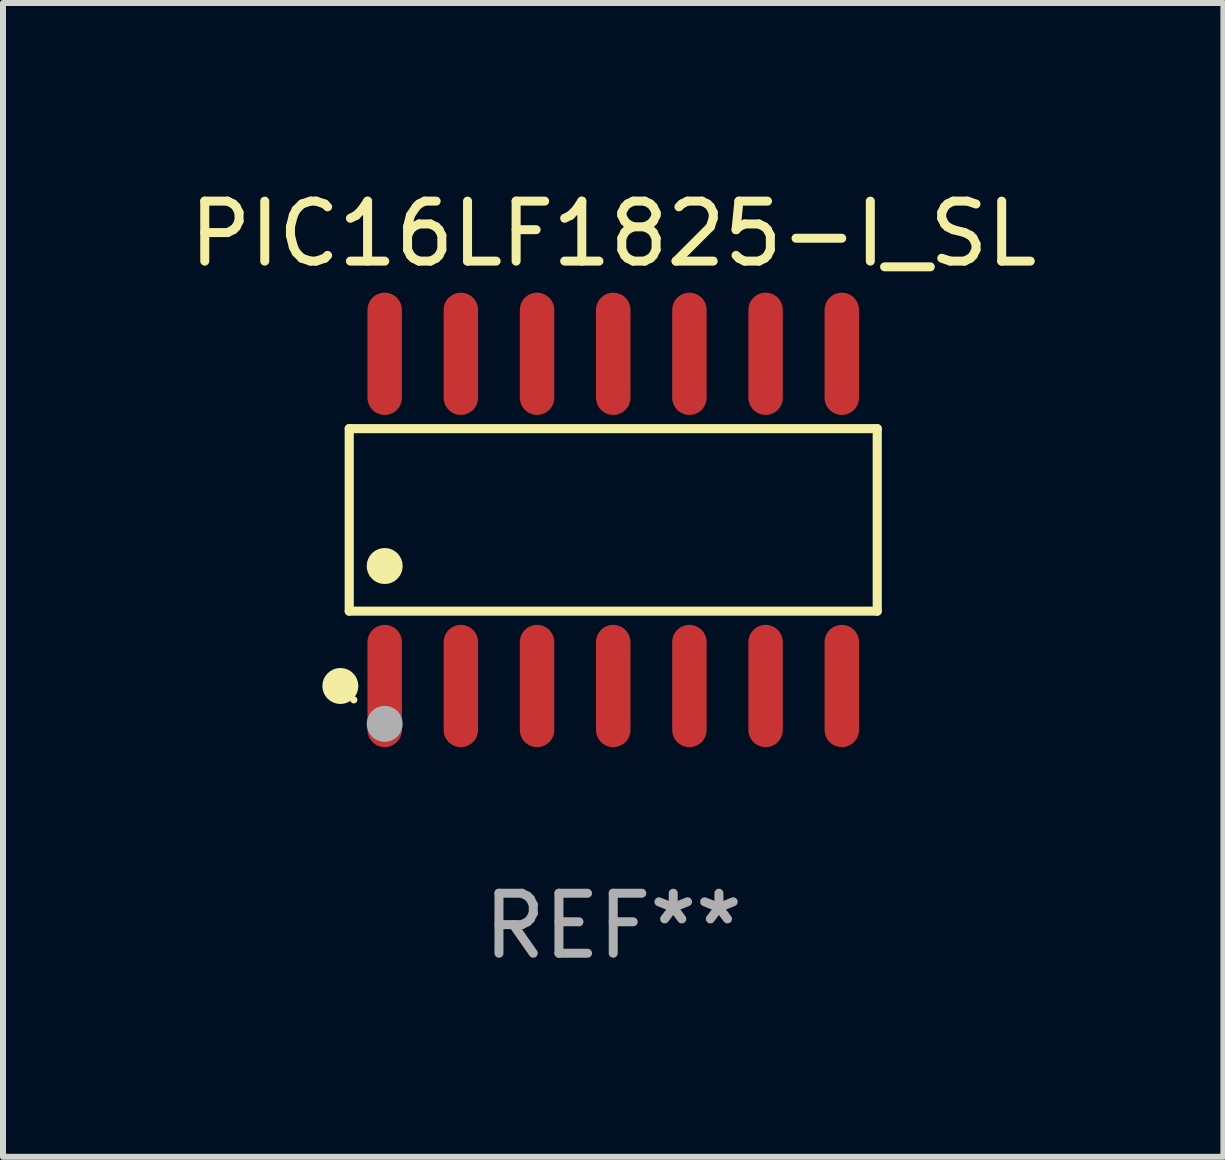
<source format=kicad_pcb>
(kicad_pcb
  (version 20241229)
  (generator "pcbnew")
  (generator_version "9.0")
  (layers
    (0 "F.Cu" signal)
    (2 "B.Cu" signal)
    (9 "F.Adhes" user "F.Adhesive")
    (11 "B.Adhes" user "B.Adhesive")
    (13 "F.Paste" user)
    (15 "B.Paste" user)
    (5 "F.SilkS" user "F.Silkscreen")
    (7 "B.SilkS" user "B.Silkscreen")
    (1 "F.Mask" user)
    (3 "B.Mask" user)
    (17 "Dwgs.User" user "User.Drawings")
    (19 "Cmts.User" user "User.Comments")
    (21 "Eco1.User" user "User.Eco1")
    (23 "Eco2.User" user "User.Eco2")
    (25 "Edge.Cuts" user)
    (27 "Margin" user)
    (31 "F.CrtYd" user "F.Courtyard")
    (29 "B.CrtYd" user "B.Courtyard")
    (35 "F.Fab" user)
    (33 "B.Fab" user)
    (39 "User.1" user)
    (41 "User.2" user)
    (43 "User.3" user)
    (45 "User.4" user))
  (footprint "PIC16LF1825-I_SL"
    (layer "F.Cu")
    (at 7.173 5.617)
    (property "Reference" "PIC16LF1825-I_SL" (at 0 -4.769 0) (layer "F.SilkS") (effects (font (size 1 1) (thickness 0.15))))
    (attr through_hole)
    (fp_line (start -4.401 -1.521) (end 4.401 -1.521) (stroke (width 0.152) (type solid)) (layer "F.SilkS"))
    (fp_line (start -4.401 1.521) (end -4.401 -1.521) (stroke (width 0.152) (type solid)) (layer "F.SilkS"))
    (fp_line (start 4.401 -1.521) (end 4.401 1.521) (stroke (width 0.152) (type solid)) (layer "F.SilkS"))
    (fp_line (start 4.401 1.521) (end -4.401 1.521) (stroke (width 0.152) (type solid)) (layer "F.SilkS"))
    (fp_circle (center -4.549 2.769) (end -4.399 2.769) (stroke (width 0.3) (type solid)) (fill no) (layer "F.SilkS"))
    (fp_circle (center -4.325 3) (end -4.295 3) (stroke (width 0.06) (type solid)) (fill no) (layer "F.SilkS"))
    (fp_circle (center -3.81 0.769) (end -3.66 0.769) (stroke (width 0.3) (type solid)) (fill no) (layer "F.SilkS"))
    (fp_circle (center -3.81 3.4) (end -3.66 3.4) (stroke (width 0.3) (type solid)) (fill no) (layer "F.Fab"))
    (fp_text user "REF**" (at 0 6.769 0) (layer "F.Fab") (effects (font (size 1 1) (thickness 0.15))))
    (pad "1" smd oval (at -3.81 2.769) (size 0.574 2.038) (layers "F.Cu" "F.Mask" "F.Paste"))
    (pad "2" smd oval (at -2.54 2.769) (size 0.574 2.038) (layers "F.Cu" "F.Mask" "F.Paste"))
    (pad "3" smd oval (at -1.27 2.769) (size 0.574 2.038) (layers "F.Cu" "F.Mask" "F.Paste"))
    (pad "4" smd oval (at 0 2.769) (size 0.574 2.038) (layers "F.Cu" "F.Mask" "F.Paste"))
    (pad "5" smd oval (at 1.27 2.769) (size 0.574 2.038) (layers "F.Cu" "F.Mask" "F.Paste"))
    (pad "6" smd oval (at 2.54 2.769) (size 0.574 2.038) (layers "F.Cu" "F.Mask" "F.Paste"))
    (pad "7" smd oval (at 3.81 2.769) (size 0.574 2.038) (layers "F.Cu" "F.Mask" "F.Paste"))
    (pad "8" smd oval (at 3.81 -2.769) (size 0.574 2.038) (layers "F.Cu" "F.Mask" "F.Paste"))
    (pad "9" smd oval (at 2.54 -2.769) (size 0.574 2.038) (layers "F.Cu" "F.Mask" "F.Paste"))
    (pad "10" smd oval (at 1.27 -2.769) (size 0.574 2.038) (layers "F.Cu" "F.Mask" "F.Paste"))
    (pad "11" smd oval (at 0 -2.769) (size 0.574 2.038) (layers "F.Cu" "F.Mask" "F.Paste"))
    (pad "12" smd oval (at -1.27 -2.769) (size 0.574 2.038) (layers "F.Cu" "F.Mask" "F.Paste"))
    (pad "13" smd oval (at -2.54 -2.769) (size 0.574 2.038) (layers "F.Cu" "F.Mask" "F.Paste"))
    (pad "14" smd oval (at -3.81 -2.769) (size 0.574 2.038) (layers "F.Cu" "F.Mask" "F.Paste")))
  (gr_rect
    (start -3 -3)
    (end 17.345 16.235)
    (stroke (width 0.1) (type default))
    (fill no)
    (layer "Edge.Cuts")))
</source>
